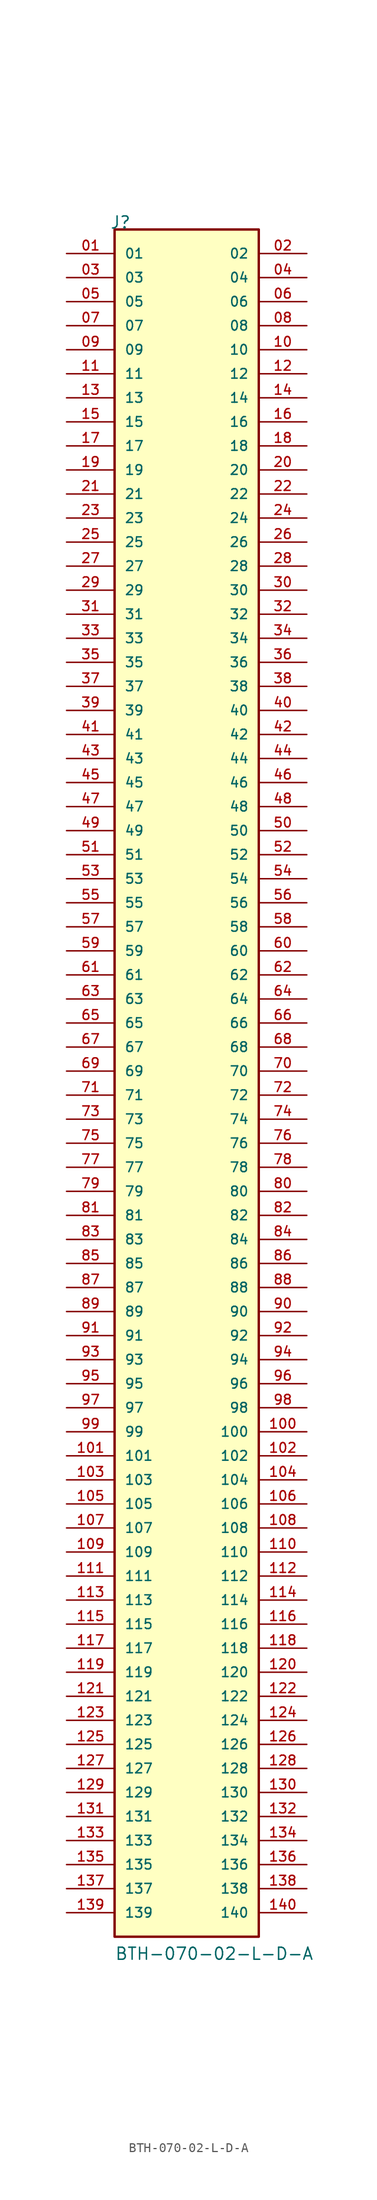
<source format=kicad_sym>
(kicad_symbol_lib
  (version 20211014)
  (generator kicad_symbol_editor)
  (symbol "BTH-070-02-L-D-A"
    (pin_names
      (offset 1.016))
    (property "Reference" "J"
      (at -8.12 91.44 0)
      (effects (font (size 1.27 1.27)) (justify bottom left)))
    (property "Value" "BTH-070-02-L-D-A"
      (at -7.62 -91.44 0)
      (effects (font (size 1.27 1.27)) (justify bottom left)))
    (symbol "BTH-070-02-L-D-A_0_0"
      (rectangle (start -7.62 -88.9) (end 7.62 91.44) (stroke (width 0.254)) (fill (type background)))
      (pin passive line (at -12.7 88.9 0) (length 5.08) (name "01" (effects (font (size 1.016 1.016)))) (number "01" (effects (font (size 1.016 1.016)))))
      (pin passive line (at 12.7 88.9 180.0) (length 5.08) (name "02" (effects (font (size 1.016 1.016)))) (number "02" (effects (font (size 1.016 1.016)))))
      (pin passive line (at -12.7 86.36 0) (length 5.08) (name "03" (effects (font (size 1.016 1.016)))) (number "03" (effects (font (size 1.016 1.016)))))
      (pin passive line (at 12.7 86.36 180.0) (length 5.08) (name "04" (effects (font (size 1.016 1.016)))) (number "04" (effects (font (size 1.016 1.016)))))
      (pin passive line (at -12.7 83.82 0) (length 5.08) (name "05" (effects (font (size 1.016 1.016)))) (number "05" (effects (font (size 1.016 1.016)))))
      (pin passive line (at 12.7 83.82 180.0) (length 5.08) (name "06" (effects (font (size 1.016 1.016)))) (number "06" (effects (font (size 1.016 1.016)))))
      (pin passive line (at -12.7 81.28 0) (length 5.08) (name "07" (effects (font (size 1.016 1.016)))) (number "07" (effects (font (size 1.016 1.016)))))
      (pin passive line (at 12.7 81.28 180.0) (length 5.08) (name "08" (effects (font (size 1.016 1.016)))) (number "08" (effects (font (size 1.016 1.016)))))
      (pin passive line (at -12.7 78.74 0) (length 5.08) (name "09" (effects (font (size 1.016 1.016)))) (number "09" (effects (font (size 1.016 1.016)))))
      (pin passive line (at 12.7 78.74 180.0) (length 5.08) (name "10" (effects (font (size 1.016 1.016)))) (number "10" (effects (font (size 1.016 1.016)))))
      (pin passive line (at -12.7 76.2 0) (length 5.08) (name "11" (effects (font (size 1.016 1.016)))) (number "11" (effects (font (size 1.016 1.016)))))
      (pin passive line (at 12.7 76.2 180.0) (length 5.08) (name "12" (effects (font (size 1.016 1.016)))) (number "12" (effects (font (size 1.016 1.016)))))
      (pin passive line (at -12.7 73.66 0) (length 5.08) (name "13" (effects (font (size 1.016 1.016)))) (number "13" (effects (font (size 1.016 1.016)))))
      (pin passive line (at 12.7 73.66 180.0) (length 5.08) (name "14" (effects (font (size 1.016 1.016)))) (number "14" (effects (font (size 1.016 1.016)))))
      (pin passive line (at -12.7 71.12 0) (length 5.08) (name "15" (effects (font (size 1.016 1.016)))) (number "15" (effects (font (size 1.016 1.016)))))
      (pin passive line (at 12.7 71.12 180.0) (length 5.08) (name "16" (effects (font (size 1.016 1.016)))) (number "16" (effects (font (size 1.016 1.016)))))
      (pin passive line (at -12.7 68.58 0) (length 5.08) (name "17" (effects (font (size 1.016 1.016)))) (number "17" (effects (font (size 1.016 1.016)))))
      (pin passive line (at 12.7 68.58 180.0) (length 5.08) (name "18" (effects (font (size 1.016 1.016)))) (number "18" (effects (font (size 1.016 1.016)))))
      (pin passive line (at -12.7 66.04 0) (length 5.08) (name "19" (effects (font (size 1.016 1.016)))) (number "19" (effects (font (size 1.016 1.016)))))
      (pin passive line (at 12.7 66.04 180.0) (length 5.08) (name "20" (effects (font (size 1.016 1.016)))) (number "20" (effects (font (size 1.016 1.016)))))
      (pin passive line (at -12.7 63.5 0) (length 5.08) (name "21" (effects (font (size 1.016 1.016)))) (number "21" (effects (font (size 1.016 1.016)))))
      (pin passive line (at 12.7 63.5 180.0) (length 5.08) (name "22" (effects (font (size 1.016 1.016)))) (number "22" (effects (font (size 1.016 1.016)))))
      (pin passive line (at -12.7 60.96 0) (length 5.08) (name "23" (effects (font (size 1.016 1.016)))) (number "23" (effects (font (size 1.016 1.016)))))
      (pin passive line (at 12.7 60.96 180.0) (length 5.08) (name "24" (effects (font (size 1.016 1.016)))) (number "24" (effects (font (size 1.016 1.016)))))
      (pin passive line (at -12.7 58.42 0) (length 5.08) (name "25" (effects (font (size 1.016 1.016)))) (number "25" (effects (font (size 1.016 1.016)))))
      (pin passive line (at 12.7 58.42 180.0) (length 5.08) (name "26" (effects (font (size 1.016 1.016)))) (number "26" (effects (font (size 1.016 1.016)))))
      (pin passive line (at -12.7 55.88 0) (length 5.08) (name "27" (effects (font (size 1.016 1.016)))) (number "27" (effects (font (size 1.016 1.016)))))
      (pin passive line (at 12.7 55.88 180.0) (length 5.08) (name "28" (effects (font (size 1.016 1.016)))) (number "28" (effects (font (size 1.016 1.016)))))
      (pin passive line (at -12.7 53.34 0) (length 5.08) (name "29" (effects (font (size 1.016 1.016)))) (number "29" (effects (font (size 1.016 1.016)))))
      (pin passive line (at 12.7 53.34 180.0) (length 5.08) (name "30" (effects (font (size 1.016 1.016)))) (number "30" (effects (font (size 1.016 1.016)))))
      (pin passive line (at -12.7 50.8 0) (length 5.08) (name "31" (effects (font (size 1.016 1.016)))) (number "31" (effects (font (size 1.016 1.016)))))
      (pin passive line (at 12.7 50.8 180.0) (length 5.08) (name "32" (effects (font (size 1.016 1.016)))) (number "32" (effects (font (size 1.016 1.016)))))
      (pin passive line (at -12.7 48.26 0) (length 5.08) (name "33" (effects (font (size 1.016 1.016)))) (number "33" (effects (font (size 1.016 1.016)))))
      (pin passive line (at 12.7 48.26 180.0) (length 5.08) (name "34" (effects (font (size 1.016 1.016)))) (number "34" (effects (font (size 1.016 1.016)))))
      (pin passive line (at -12.7 45.72 0) (length 5.08) (name "35" (effects (font (size 1.016 1.016)))) (number "35" (effects (font (size 1.016 1.016)))))
      (pin passive line (at 12.7 45.72 180.0) (length 5.08) (name "36" (effects (font (size 1.016 1.016)))) (number "36" (effects (font (size 1.016 1.016)))))
      (pin passive line (at -12.7 43.18 0) (length 5.08) (name "37" (effects (font (size 1.016 1.016)))) (number "37" (effects (font (size 1.016 1.016)))))
      (pin passive line (at 12.7 43.18 180.0) (length 5.08) (name "38" (effects (font (size 1.016 1.016)))) (number "38" (effects (font (size 1.016 1.016)))))
      (pin passive line (at -12.7 40.64 0) (length 5.08) (name "39" (effects (font (size 1.016 1.016)))) (number "39" (effects (font (size 1.016 1.016)))))
      (pin passive line (at 12.7 40.64 180.0) (length 5.08) (name "40" (effects (font (size 1.016 1.016)))) (number "40" (effects (font (size 1.016 1.016)))))
      (pin passive line (at -12.7 38.1 0) (length 5.08) (name "41" (effects (font (size 1.016 1.016)))) (number "41" (effects (font (size 1.016 1.016)))))
      (pin passive line (at 12.7 38.1 180.0) (length 5.08) (name "42" (effects (font (size 1.016 1.016)))) (number "42" (effects (font (size 1.016 1.016)))))
      (pin passive line (at -12.7 35.56 0) (length 5.08) (name "43" (effects (font (size 1.016 1.016)))) (number "43" (effects (font (size 1.016 1.016)))))
      (pin passive line (at 12.7 35.56 180.0) (length 5.08) (name "44" (effects (font (size 1.016 1.016)))) (number "44" (effects (font (size 1.016 1.016)))))
      (pin passive line (at -12.7 33.02 0) (length 5.08) (name "45" (effects (font (size 1.016 1.016)))) (number "45" (effects (font (size 1.016 1.016)))))
      (pin passive line (at 12.7 33.02 180.0) (length 5.08) (name "46" (effects (font (size 1.016 1.016)))) (number "46" (effects (font (size 1.016 1.016)))))
      (pin passive line (at -12.7 30.48 0) (length 5.08) (name "47" (effects (font (size 1.016 1.016)))) (number "47" (effects (font (size 1.016 1.016)))))
      (pin passive line (at 12.7 30.48 180.0) (length 5.08) (name "48" (effects (font (size 1.016 1.016)))) (number "48" (effects (font (size 1.016 1.016)))))
      (pin passive line (at -12.7 27.94 0) (length 5.08) (name "49" (effects (font (size 1.016 1.016)))) (number "49" (effects (font (size 1.016 1.016)))))
      (pin passive line (at 12.7 27.94 180.0) (length 5.08) (name "50" (effects (font (size 1.016 1.016)))) (number "50" (effects (font (size 1.016 1.016)))))
      (pin passive line (at -12.7 25.4 0) (length 5.08) (name "51" (effects (font (size 1.016 1.016)))) (number "51" (effects (font (size 1.016 1.016)))))
      (pin passive line (at 12.7 25.4 180.0) (length 5.08) (name "52" (effects (font (size 1.016 1.016)))) (number "52" (effects (font (size 1.016 1.016)))))
      (pin passive line (at -12.7 22.86 0) (length 5.08) (name "53" (effects (font (size 1.016 1.016)))) (number "53" (effects (font (size 1.016 1.016)))))
      (pin passive line (at 12.7 22.86 180.0) (length 5.08) (name "54" (effects (font (size 1.016 1.016)))) (number "54" (effects (font (size 1.016 1.016)))))
      (pin passive line (at -12.7 20.32 0) (length 5.08) (name "55" (effects (font (size 1.016 1.016)))) (number "55" (effects (font (size 1.016 1.016)))))
      (pin passive line (at 12.7 20.32 180.0) (length 5.08) (name "56" (effects (font (size 1.016 1.016)))) (number "56" (effects (font (size 1.016 1.016)))))
      (pin passive line (at -12.7 17.78 0) (length 5.08) (name "57" (effects (font (size 1.016 1.016)))) (number "57" (effects (font (size 1.016 1.016)))))
      (pin passive line (at 12.7 17.78 180.0) (length 5.08) (name "58" (effects (font (size 1.016 1.016)))) (number "58" (effects (font (size 1.016 1.016)))))
      (pin passive line (at -12.7 15.24 0) (length 5.08) (name "59" (effects (font (size 1.016 1.016)))) (number "59" (effects (font (size 1.016 1.016)))))
      (pin passive line (at 12.7 15.24 180.0) (length 5.08) (name "60" (effects (font (size 1.016 1.016)))) (number "60" (effects (font (size 1.016 1.016)))))
      (pin passive line (at -12.7 12.7 0) (length 5.08) (name "61" (effects (font (size 1.016 1.016)))) (number "61" (effects (font (size 1.016 1.016)))))
      (pin passive line (at 12.7 12.7 180.0) (length 5.08) (name "62" (effects (font (size 1.016 1.016)))) (number "62" (effects (font (size 1.016 1.016)))))
      (pin passive line (at -12.7 10.16 0) (length 5.08) (name "63" (effects (font (size 1.016 1.016)))) (number "63" (effects (font (size 1.016 1.016)))))
      (pin passive line (at 12.7 10.16 180.0) (length 5.08) (name "64" (effects (font (size 1.016 1.016)))) (number "64" (effects (font (size 1.016 1.016)))))
      (pin passive line (at -12.7 7.62 0) (length 5.08) (name "65" (effects (font (size 1.016 1.016)))) (number "65" (effects (font (size 1.016 1.016)))))
      (pin passive line (at 12.7 7.62 180.0) (length 5.08) (name "66" (effects (font (size 1.016 1.016)))) (number "66" (effects (font (size 1.016 1.016)))))
      (pin passive line (at -12.7 5.08 0) (length 5.08) (name "67" (effects (font (size 1.016 1.016)))) (number "67" (effects (font (size 1.016 1.016)))))
      (pin passive line (at 12.7 5.08 180.0) (length 5.08) (name "68" (effects (font (size 1.016 1.016)))) (number "68" (effects (font (size 1.016 1.016)))))
      (pin passive line (at -12.7 2.54 0) (length 5.08) (name "69" (effects (font (size 1.016 1.016)))) (number "69" (effects (font (size 1.016 1.016)))))
      (pin passive line (at 12.7 2.54 180.0) (length 5.08) (name "70" (effects (font (size 1.016 1.016)))) (number "70" (effects (font (size 1.016 1.016)))))
      (pin passive line (at -12.7 -0.0 0) (length 5.08) (name "71" (effects (font (size 1.016 1.016)))) (number "71" (effects (font (size 1.016 1.016)))))
      (pin passive line (at 12.7 -0.0 180.0) (length 5.08) (name "72" (effects (font (size 1.016 1.016)))) (number "72" (effects (font (size 1.016 1.016)))))
      (pin passive line (at -12.7 -2.54 0) (length 5.08) (name "73" (effects (font (size 1.016 1.016)))) (number "73" (effects (font (size 1.016 1.016)))))
      (pin passive line (at 12.7 -2.54 180.0) (length 5.08) (name "74" (effects (font (size 1.016 1.016)))) (number "74" (effects (font (size 1.016 1.016)))))
      (pin passive line (at -12.7 -5.08 0) (length 5.08) (name "75" (effects (font (size 1.016 1.016)))) (number "75" (effects (font (size 1.016 1.016)))))
      (pin passive line (at 12.7 -5.08 180.0) (length 5.08) (name "76" (effects (font (size 1.016 1.016)))) (number "76" (effects (font (size 1.016 1.016)))))
      (pin passive line (at -12.7 -7.62 0) (length 5.08) (name "77" (effects (font (size 1.016 1.016)))) (number "77" (effects (font (size 1.016 1.016)))))
      (pin passive line (at 12.7 -7.62 180.0) (length 5.08) (name "78" (effects (font (size 1.016 1.016)))) (number "78" (effects (font (size 1.016 1.016)))))
      (pin passive line (at -12.7 -10.16 0) (length 5.08) (name "79" (effects (font (size 1.016 1.016)))) (number "79" (effects (font (size 1.016 1.016)))))
      (pin passive line (at 12.7 -10.16 180.0) (length 5.08) (name "80" (effects (font (size 1.016 1.016)))) (number "80" (effects (font (size 1.016 1.016)))))
      (pin passive line (at -12.7 -12.7 0) (length 5.08) (name "81" (effects (font (size 1.016 1.016)))) (number "81" (effects (font (size 1.016 1.016)))))
      (pin passive line (at 12.7 -12.7 180.0) (length 5.08) (name "82" (effects (font (size 1.016 1.016)))) (number "82" (effects (font (size 1.016 1.016)))))
      (pin passive line (at -12.7 -15.24 0) (length 5.08) (name "83" (effects (font (size 1.016 1.016)))) (number "83" (effects (font (size 1.016 1.016)))))
      (pin passive line (at 12.7 -15.24 180.0) (length 5.08) (name "84" (effects (font (size 1.016 1.016)))) (number "84" (effects (font (size 1.016 1.016)))))
      (pin passive line (at -12.7 -17.78 0) (length 5.08) (name "85" (effects (font (size 1.016 1.016)))) (number "85" (effects (font (size 1.016 1.016)))))
      (pin passive line (at 12.7 -17.78 180.0) (length 5.08) (name "86" (effects (font (size 1.016 1.016)))) (number "86" (effects (font (size 1.016 1.016)))))
      (pin passive line (at -12.7 -20.32 0) (length 5.08) (name "87" (effects (font (size 1.016 1.016)))) (number "87" (effects (font (size 1.016 1.016)))))
      (pin passive line (at 12.7 -20.32 180.0) (length 5.08) (name "88" (effects (font (size 1.016 1.016)))) (number "88" (effects (font (size 1.016 1.016)))))
      (pin passive line (at -12.7 -22.86 0) (length 5.08) (name "89" (effects (font (size 1.016 1.016)))) (number "89" (effects (font (size 1.016 1.016)))))
      (pin passive line (at 12.7 -22.86 180.0) (length 5.08) (name "90" (effects (font (size 1.016 1.016)))) (number "90" (effects (font (size 1.016 1.016)))))
      (pin passive line (at -12.7 -25.4 0) (length 5.08) (name "91" (effects (font (size 1.016 1.016)))) (number "91" (effects (font (size 1.016 1.016)))))
      (pin passive line (at 12.7 -25.4 180.0) (length 5.08) (name "92" (effects (font (size 1.016 1.016)))) (number "92" (effects (font (size 1.016 1.016)))))
      (pin passive line (at -12.7 -27.94 0) (length 5.08) (name "93" (effects (font (size 1.016 1.016)))) (number "93" (effects (font (size 1.016 1.016)))))
      (pin passive line (at 12.7 -27.94 180.0) (length 5.08) (name "94" (effects (font (size 1.016 1.016)))) (number "94" (effects (font (size 1.016 1.016)))))
      (pin passive line (at -12.7 -30.48 0) (length 5.08) (name "95" (effects (font (size 1.016 1.016)))) (number "95" (effects (font (size 1.016 1.016)))))
      (pin passive line (at 12.7 -30.48 180.0) (length 5.08) (name "96" (effects (font (size 1.016 1.016)))) (number "96" (effects (font (size 1.016 1.016)))))
      (pin passive line (at -12.7 -33.02 0) (length 5.08) (name "97" (effects (font (size 1.016 1.016)))) (number "97" (effects (font (size 1.016 1.016)))))
      (pin passive line (at 12.7 -33.02 180.0) (length 5.08) (name "98" (effects (font (size 1.016 1.016)))) (number "98" (effects (font (size 1.016 1.016)))))
      (pin passive line (at -12.7 -35.56 0) (length 5.08) (name "99" (effects (font (size 1.016 1.016)))) (number "99" (effects (font (size 1.016 1.016)))))
      (pin passive line (at 12.7 -35.56 180.0) (length 5.08) (name "100" (effects (font (size 1.016 1.016)))) (number "100" (effects (font (size 1.016 1.016)))))
      (pin passive line (at -12.7 -38.1 0) (length 5.08) (name "101" (effects (font (size 1.016 1.016)))) (number "101" (effects (font (size 1.016 1.016)))))
      (pin passive line (at 12.7 -38.1 180.0) (length 5.08) (name "102" (effects (font (size 1.016 1.016)))) (number "102" (effects (font (size 1.016 1.016)))))
      (pin passive line (at -12.7 -40.64 0) (length 5.08) (name "103" (effects (font (size 1.016 1.016)))) (number "103" (effects (font (size 1.016 1.016)))))
      (pin passive line (at 12.7 -40.64 180.0) (length 5.08) (name "104" (effects (font (size 1.016 1.016)))) (number "104" (effects (font (size 1.016 1.016)))))
      (pin passive line (at -12.7 -43.18 0) (length 5.08) (name "105" (effects (font (size 1.016 1.016)))) (number "105" (effects (font (size 1.016 1.016)))))
      (pin passive line (at 12.7 -43.18 180.0) (length 5.08) (name "106" (effects (font (size 1.016 1.016)))) (number "106" (effects (font (size 1.016 1.016)))))
      (pin passive line (at -12.7 -45.72 0) (length 5.08) (name "107" (effects (font (size 1.016 1.016)))) (number "107" (effects (font (size 1.016 1.016)))))
      (pin passive line (at 12.7 -45.72 180.0) (length 5.08) (name "108" (effects (font (size 1.016 1.016)))) (number "108" (effects (font (size 1.016 1.016)))))
      (pin passive line (at -12.7 -48.26 0) (length 5.08) (name "109" (effects (font (size 1.016 1.016)))) (number "109" (effects (font (size 1.016 1.016)))))
      (pin passive line (at 12.7 -48.26 180.0) (length 5.08) (name "110" (effects (font (size 1.016 1.016)))) (number "110" (effects (font (size 1.016 1.016)))))
      (pin passive line (at -12.7 -50.8 0) (length 5.08) (name "111" (effects (font (size 1.016 1.016)))) (number "111" (effects (font (size 1.016 1.016)))))
      (pin passive line (at 12.7 -50.8 180.0) (length 5.08) (name "112" (effects (font (size 1.016 1.016)))) (number "112" (effects (font (size 1.016 1.016)))))
      (pin passive line (at -12.7 -53.34 0) (length 5.08) (name "113" (effects (font (size 1.016 1.016)))) (number "113" (effects (font (size 1.016 1.016)))))
      (pin passive line (at 12.7 -53.34 180.0) (length 5.08) (name "114" (effects (font (size 1.016 1.016)))) (number "114" (effects (font (size 1.016 1.016)))))
      (pin passive line (at -12.7 -55.88 0) (length 5.08) (name "115" (effects (font (size 1.016 1.016)))) (number "115" (effects (font (size 1.016 1.016)))))
      (pin passive line (at 12.7 -55.88 180.0) (length 5.08) (name "116" (effects (font (size 1.016 1.016)))) (number "116" (effects (font (size 1.016 1.016)))))
      (pin passive line (at -12.7 -58.42 0) (length 5.08) (name "117" (effects (font (size 1.016 1.016)))) (number "117" (effects (font (size 1.016 1.016)))))
      (pin passive line (at 12.7 -58.42 180.0) (length 5.08) (name "118" (effects (font (size 1.016 1.016)))) (number "118" (effects (font (size 1.016 1.016)))))
      (pin passive line (at -12.7 -60.96 0) (length 5.08) (name "119" (effects (font (size 1.016 1.016)))) (number "119" (effects (font (size 1.016 1.016)))))
      (pin passive line (at 12.7 -60.96 180.0) (length 5.08) (name "120" (effects (font (size 1.016 1.016)))) (number "120" (effects (font (size 1.016 1.016)))))
      (pin passive line (at -12.7 -63.5 0) (length 5.08) (name "121" (effects (font (size 1.016 1.016)))) (number "121" (effects (font (size 1.016 1.016)))))
      (pin passive line (at 12.7 -63.5 180.0) (length 5.08) (name "122" (effects (font (size 1.016 1.016)))) (number "122" (effects (font (size 1.016 1.016)))))
      (pin passive line (at -12.7 -66.04 0) (length 5.08) (name "123" (effects (font (size 1.016 1.016)))) (number "123" (effects (font (size 1.016 1.016)))))
      (pin passive line (at 12.7 -66.04 180.0) (length 5.08) (name "124" (effects (font (size 1.016 1.016)))) (number "124" (effects (font (size 1.016 1.016)))))
      (pin passive line (at -12.7 -68.58 0) (length 5.08) (name "125" (effects (font (size 1.016 1.016)))) (number "125" (effects (font (size 1.016 1.016)))))
      (pin passive line (at 12.7 -68.58 180.0) (length 5.08) (name "126" (effects (font (size 1.016 1.016)))) (number "126" (effects (font (size 1.016 1.016)))))
      (pin passive line (at -12.7 -71.12 0) (length 5.08) (name "127" (effects (font (size 1.016 1.016)))) (number "127" (effects (font (size 1.016 1.016)))))
      (pin passive line (at 12.7 -71.12 180.0) (length 5.08) (name "128" (effects (font (size 1.016 1.016)))) (number "128" (effects (font (size 1.016 1.016)))))
      (pin passive line (at -12.7 -73.66 0) (length 5.08) (name "129" (effects (font (size 1.016 1.016)))) (number "129" (effects (font (size 1.016 1.016)))))
      (pin passive line (at 12.7 -73.66 180.0) (length 5.08) (name "130" (effects (font (size 1.016 1.016)))) (number "130" (effects (font (size 1.016 1.016)))))
      (pin passive line (at -12.7 -76.2 0) (length 5.08) (name "131" (effects (font (size 1.016 1.016)))) (number "131" (effects (font (size 1.016 1.016)))))
      (pin passive line (at 12.7 -76.2 180.0) (length 5.08) (name "132" (effects (font (size 1.016 1.016)))) (number "132" (effects (font (size 1.016 1.016)))))
      (pin passive line (at -12.7 -78.74 0) (length 5.08) (name "133" (effects (font (size 1.016 1.016)))) (number "133" (effects (font (size 1.016 1.016)))))
      (pin passive line (at 12.7 -78.74 180.0) (length 5.08) (name "134" (effects (font (size 1.016 1.016)))) (number "134" (effects (font (size 1.016 1.016)))))
      (pin passive line (at -12.7 -81.28 0) (length 5.08) (name "135" (effects (font (size 1.016 1.016)))) (number "135" (effects (font (size 1.016 1.016)))))
      (pin passive line (at 12.7 -81.28 180.0) (length 5.08) (name "136" (effects (font (size 1.016 1.016)))) (number "136" (effects (font (size 1.016 1.016)))))
      (pin passive line (at -12.7 -83.82 0) (length 5.08) (name "137" (effects (font (size 1.016 1.016)))) (number "137" (effects (font (size 1.016 1.016)))))
      (pin passive line (at 12.7 -83.82 180.0) (length 5.08) (name "138" (effects (font (size 1.016 1.016)))) (number "138" (effects (font (size 1.016 1.016)))))
      (pin passive line (at -12.7 -86.36 0) (length 5.08) (name "139" (effects (font (size 1.016 1.016)))) (number "139" (effects (font (size 1.016 1.016)))))
      (pin passive line (at 12.7 -86.36 180.0) (length 5.08) (name "140" (effects (font (size 1.016 1.016)))) (number "140" (effects (font (size 1.016 1.016))))))))
</source>
